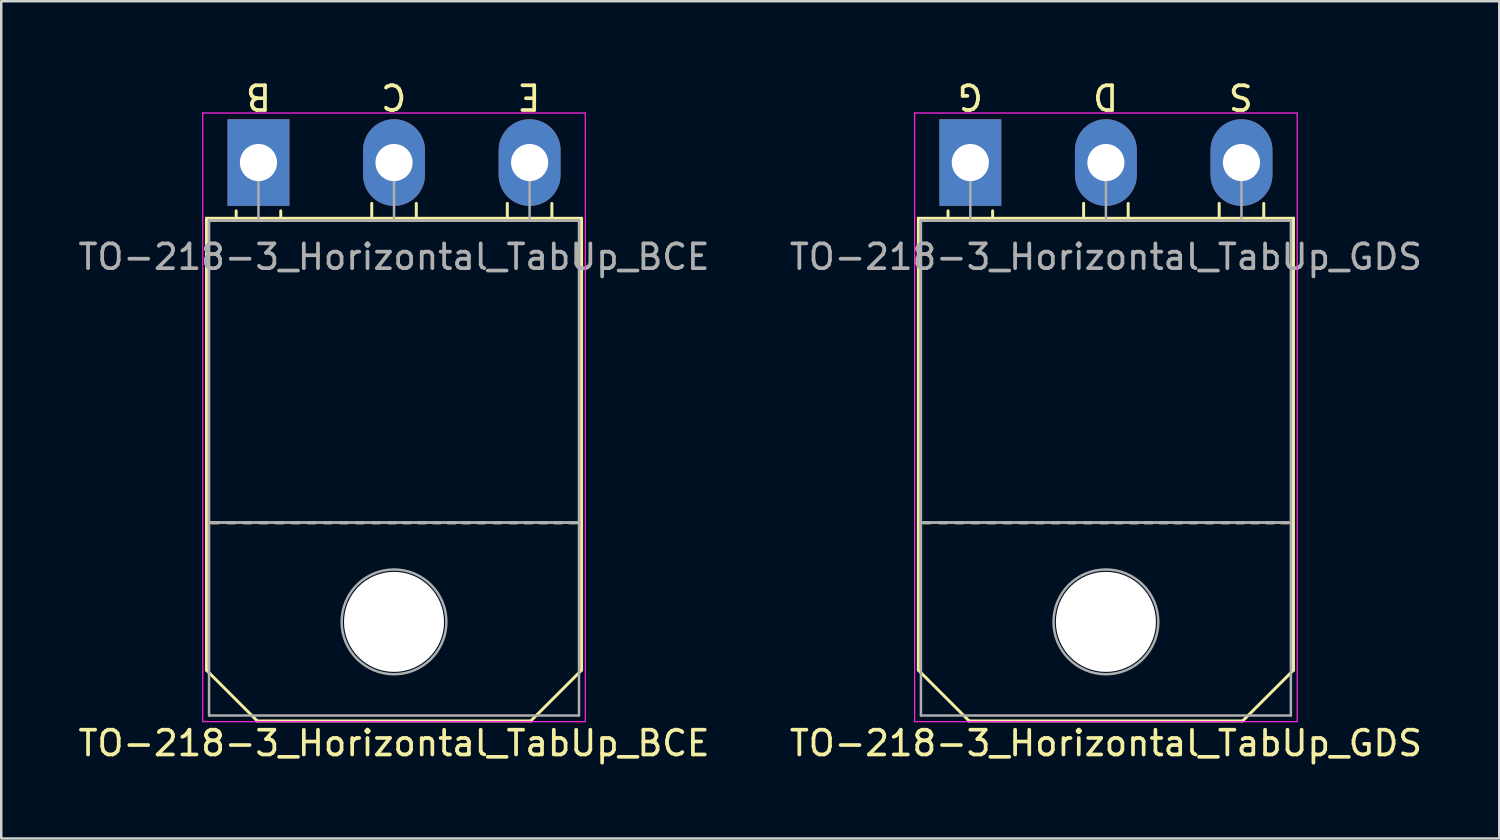
<source format=kicad_pcb>
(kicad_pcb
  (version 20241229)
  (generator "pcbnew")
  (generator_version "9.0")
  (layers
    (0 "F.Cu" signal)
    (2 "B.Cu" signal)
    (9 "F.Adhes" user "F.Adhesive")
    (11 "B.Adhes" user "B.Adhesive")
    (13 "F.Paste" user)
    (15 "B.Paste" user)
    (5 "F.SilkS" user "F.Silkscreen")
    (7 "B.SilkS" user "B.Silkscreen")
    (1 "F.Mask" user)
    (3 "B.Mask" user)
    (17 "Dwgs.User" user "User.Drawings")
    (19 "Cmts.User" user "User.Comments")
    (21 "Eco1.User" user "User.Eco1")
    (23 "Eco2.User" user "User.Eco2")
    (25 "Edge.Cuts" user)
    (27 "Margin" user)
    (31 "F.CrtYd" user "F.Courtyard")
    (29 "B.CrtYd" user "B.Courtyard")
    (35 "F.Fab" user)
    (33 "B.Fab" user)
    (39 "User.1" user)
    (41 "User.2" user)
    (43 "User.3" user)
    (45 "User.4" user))
  (footprint "TO-218-3_Horizontal_TabUp_BCE"
    (layer "F.Cu")
    (at 7.388 3.515)
    (property "Reference" "TO-218-3_Horizontal_TabUp_BCE" (at 5.475 23.45 0) (layer "F.SilkS") (effects (font (size 1 1) (thickness 0.15))))
    (fp_line (start -2.1 2.25) (end 13.05 2.25) (stroke (width 0.12) (type solid)) (layer "F.SilkS"))
    (fp_line (start -2.1 20.5) (end -2.1 2.25) (stroke (width 0.12) (type solid)) (layer "F.SilkS"))
    (fp_line (start -2.1 20.5) (end -0.05 22.55) (stroke (width 0.12) (type solid)) (layer "F.SilkS"))
    (fp_line (start -1.6 14.55) (end -1.9 14.55) (stroke (width 0.12) (type solid)) (layer "F.SilkS"))
    (fp_line (start -0.95 14.55) (end -1.25 14.55) (stroke (width 0.12) (type solid)) (layer "F.SilkS"))
    (fp_line (start -0.9 2.2) (end -0.9 1.95) (stroke (width 0.12) (type solid)) (layer "F.SilkS"))
    (fp_line (start -0.3 14.55) (end -0.6 14.55) (stroke (width 0.12) (type solid)) (layer "F.SilkS"))
    (fp_line (start 0.35 14.55) (end 0.05 14.55) (stroke (width 0.12) (type solid)) (layer "F.SilkS"))
    (fp_line (start 0.9 2.2) (end 0.9 1.95) (stroke (width 0.12) (type solid)) (layer "F.SilkS"))
    (fp_line (start 1 14.55) (end 0.7 14.55) (stroke (width 0.12) (type solid)) (layer "F.SilkS"))
    (fp_line (start 1.65 14.55) (end 1.35 14.55) (stroke (width 0.12) (type solid)) (layer "F.SilkS"))
    (fp_line (start 2.3 14.55) (end 2 14.55) (stroke (width 0.12) (type solid)) (layer "F.SilkS"))
    (fp_line (start 2.95 14.55) (end 2.65 14.55) (stroke (width 0.12) (type solid)) (layer "F.SilkS"))
    (fp_line (start 3.6 14.55) (end 3.3 14.55) (stroke (width 0.12) (type solid)) (layer "F.SilkS"))
    (fp_line (start 4.25 14.55) (end 3.95 14.55) (stroke (width 0.12) (type solid)) (layer "F.SilkS"))
    (fp_line (start 4.575 2.2) (end 4.575 1.65) (stroke (width 0.12) (type solid)) (layer "F.SilkS"))
    (fp_line (start 4.9 14.55) (end 4.6 14.55) (stroke (width 0.12) (type solid)) (layer "F.SilkS"))
    (fp_line (start 5.55 14.55) (end 5.25 14.55) (stroke (width 0.12) (type solid)) (layer "F.SilkS"))
    (fp_line (start 6.15 14.55) (end 5.85 14.55) (stroke (width 0.12) (type solid)) (layer "F.SilkS"))
    (fp_line (start 6.375 2.2) (end 6.375 1.65) (stroke (width 0.12) (type solid)) (layer "F.SilkS"))
    (fp_line (start 6.75 14.55) (end 6.45 14.55) (stroke (width 0.12) (type solid)) (layer "F.SilkS"))
    (fp_line (start 7.35 14.55) (end 7.05 14.55) (stroke (width 0.12) (type solid)) (layer "F.SilkS"))
    (fp_line (start 7.95 14.55) (end 7.65 14.55) (stroke (width 0.12) (type solid)) (layer "F.SilkS"))
    (fp_line (start 8.55 14.55) (end 8.25 14.55) (stroke (width 0.12) (type solid)) (layer "F.SilkS"))
    (fp_line (start 9.15 14.55) (end 8.85 14.55) (stroke (width 0.12) (type solid)) (layer "F.SilkS"))
    (fp_line (start 9.8 14.55) (end 9.5 14.55) (stroke (width 0.12) (type solid)) (layer "F.SilkS"))
    (fp_line (start 10.05 2.2) (end 10.05 1.65) (stroke (width 0.12) (type solid)) (layer "F.SilkS"))
    (fp_line (start 10.45 14.55) (end 10.15 14.55) (stroke (width 0.12) (type solid)) (layer "F.SilkS"))
    (fp_line (start 11 22.55) (end -0.05 22.55) (stroke (width 0.12) (type solid)) (layer "F.SilkS"))
    (fp_line (start 11.05 14.55) (end 10.75 14.55) (stroke (width 0.12) (type solid)) (layer "F.SilkS"))
    (fp_line (start 11.65 14.55) (end 11.35 14.55) (stroke (width 0.12) (type solid)) (layer "F.SilkS"))
    (fp_line (start 11.85 2.2) (end 11.85 1.65) (stroke (width 0.12) (type solid)) (layer "F.SilkS"))
    (fp_line (start 12.25 14.55) (end 11.95 14.55) (stroke (width 0.12) (type solid)) (layer "F.SilkS"))
    (fp_line (start 12.85 14.55) (end 12.55 14.55) (stroke (width 0.12) (type solid)) (layer "F.SilkS"))
    (fp_line (start 13.05 2.25) (end 13.05 20.5) (stroke (width 0.12) (type solid)) (layer "F.SilkS"))
    (fp_line (start 13.05 20.5) (end 11 22.55) (stroke (width 0.12) (type solid)) (layer "F.SilkS"))
    (fp_line (start -2.25 -2) (end -2.25 22.58) (stroke (width 0.05) (type solid)) (layer "F.CrtYd"))
    (fp_line (start -2.25 22.58) (end 13.2 22.58) (stroke (width 0.05) (type solid)) (layer "F.CrtYd"))
    (fp_line (start 13.2 -2) (end -2.25 -2) (stroke (width 0.05) (type solid)) (layer "F.CrtYd"))
    (fp_line (start 13.2 22.58) (end 13.2 -2) (stroke (width 0.05) (type solid)) (layer "F.CrtYd"))
    (fp_line (start -1.995 2.35) (end -1.995 14.54) (stroke (width 0.1) (type solid)) (layer "F.Fab"))
    (fp_line (start -1.995 14.54) (end -1.995 22.33) (stroke (width 0.1) (type solid)) (layer "F.Fab"))
    (fp_line (start -1.995 14.54) (end 12.945 14.54) (stroke (width 0.1) (type solid)) (layer "F.Fab"))
    (fp_line (start -1.995 22.33) (end 12.945 22.33) (stroke (width 0.1) (type solid)) (layer "F.Fab"))
    (fp_line (start 0 2.35) (end 0 0) (stroke (width 0.1) (type solid)) (layer "F.Fab"))
    (fp_line (start 5.475 2.35) (end 5.475 0) (stroke (width 0.1) (type solid)) (layer "F.Fab"))
    (fp_line (start 10.95 2.35) (end 10.95 0) (stroke (width 0.1) (type solid)) (layer "F.Fab"))
    (fp_line (start 12.945 2.35) (end -1.995 2.35) (stroke (width 0.1) (type solid)) (layer "F.Fab"))
    (fp_line (start 12.945 14.54) (end -1.995 14.54) (stroke (width 0.1) (type solid)) (layer "F.Fab"))
    (fp_line (start 12.945 14.54) (end 12.945 2.35) (stroke (width 0.1) (type solid)) (layer "F.Fab"))
    (fp_line (start 12.945 22.33) (end 12.945 14.54) (stroke (width 0.1) (type solid)) (layer "F.Fab"))
    (fp_circle (center 5.475 18.55) (end 7.59 18.55) (stroke (width 0.1) (type solid)) (fill no) (layer "F.Fab"))
    (fp_text user "C" (at 5.461 -2.667 180) (unlocked yes) (layer "F.SilkS") (effects (font (size 1 1) (thickness 0.15))))
    (fp_text user "B" (at 0 -2.667 180) (unlocked yes) (layer "F.SilkS") (effects (font (size 1 1) (thickness 0.15))))
    (fp_text user "E" (at 10.922 -2.667 180) (unlocked yes) (layer "F.SilkS") (effects (font (size 1 1) (thickness 0.15))))
    (fp_text user "${REFERENCE}" (at 5.475 3.81 0) (layer "F.Fab") (effects (font (size 1 1) (thickness 0.15))))
    (pad "" np_thru_hole oval (at 5.475 18.55) (size 4.04 4.04) (drill 4.04) (layers "*.Cu" "*.Mask"))
    (pad "1" thru_hole rect (at 0 0) (size 2.5 3.5) (drill 1.5) (layers "*.Cu" "*.Mask"))
    (pad "2" thru_hole oval (at 5.475 0) (size 2.5 3.5) (drill 1.5) (layers "*.Cu" "*.Mask"))
    (pad "3" thru_hole oval (at 10.95 0) (size 2.5 3.5) (drill 1.5) (layers "*.Cu" "*.Mask")))
  (footprint "TO-218-3_Horizontal_TabUp_GDS"
    (layer "F.Cu")
    (at 36.138 3.515)
    (property "Reference" "TO-218-3_Horizontal_TabUp_GDS" (at 5.475 23.45 0) (layer "F.SilkS") (effects (font (size 1 1) (thickness 0.15))))
    (fp_line (start -2.1 2.25) (end 13.05 2.25) (stroke (width 0.12) (type solid)) (layer "F.SilkS"))
    (fp_line (start -2.1 20.5) (end -2.1 2.25) (stroke (width 0.12) (type solid)) (layer "F.SilkS"))
    (fp_line (start -2.1 20.5) (end -0.05 22.55) (stroke (width 0.12) (type solid)) (layer "F.SilkS"))
    (fp_line (start -1.6 14.55) (end -1.9 14.55) (stroke (width 0.12) (type solid)) (layer "F.SilkS"))
    (fp_line (start -0.95 14.55) (end -1.25 14.55) (stroke (width 0.12) (type solid)) (layer "F.SilkS"))
    (fp_line (start -0.9 2.2) (end -0.9 1.95) (stroke (width 0.12) (type solid)) (layer "F.SilkS"))
    (fp_line (start -0.3 14.55) (end -0.6 14.55) (stroke (width 0.12) (type solid)) (layer "F.SilkS"))
    (fp_line (start 0.35 14.55) (end 0.05 14.55) (stroke (width 0.12) (type solid)) (layer "F.SilkS"))
    (fp_line (start 0.9 2.2) (end 0.9 1.95) (stroke (width 0.12) (type solid)) (layer "F.SilkS"))
    (fp_line (start 1 14.55) (end 0.7 14.55) (stroke (width 0.12) (type solid)) (layer "F.SilkS"))
    (fp_line (start 1.65 14.55) (end 1.35 14.55) (stroke (width 0.12) (type solid)) (layer "F.SilkS"))
    (fp_line (start 2.3 14.55) (end 2 14.55) (stroke (width 0.12) (type solid)) (layer "F.SilkS"))
    (fp_line (start 2.95 14.55) (end 2.65 14.55) (stroke (width 0.12) (type solid)) (layer "F.SilkS"))
    (fp_line (start 3.6 14.55) (end 3.3 14.55) (stroke (width 0.12) (type solid)) (layer "F.SilkS"))
    (fp_line (start 4.25 14.55) (end 3.95 14.55) (stroke (width 0.12) (type solid)) (layer "F.SilkS"))
    (fp_line (start 4.575 2.2) (end 4.575 1.65) (stroke (width 0.12) (type solid)) (layer "F.SilkS"))
    (fp_line (start 4.9 14.55) (end 4.6 14.55) (stroke (width 0.12) (type solid)) (layer "F.SilkS"))
    (fp_line (start 5.55 14.55) (end 5.25 14.55) (stroke (width 0.12) (type solid)) (layer "F.SilkS"))
    (fp_line (start 6.15 14.55) (end 5.85 14.55) (stroke (width 0.12) (type solid)) (layer "F.SilkS"))
    (fp_line (start 6.375 2.2) (end 6.375 1.65) (stroke (width 0.12) (type solid)) (layer "F.SilkS"))
    (fp_line (start 6.75 14.55) (end 6.45 14.55) (stroke (width 0.12) (type solid)) (layer "F.SilkS"))
    (fp_line (start 7.35 14.55) (end 7.05 14.55) (stroke (width 0.12) (type solid)) (layer "F.SilkS"))
    (fp_line (start 7.95 14.55) (end 7.65 14.55) (stroke (width 0.12) (type solid)) (layer "F.SilkS"))
    (fp_line (start 8.55 14.55) (end 8.25 14.55) (stroke (width 0.12) (type solid)) (layer "F.SilkS"))
    (fp_line (start 9.15 14.55) (end 8.85 14.55) (stroke (width 0.12) (type solid)) (layer "F.SilkS"))
    (fp_line (start 9.8 14.55) (end 9.5 14.55) (stroke (width 0.12) (type solid)) (layer "F.SilkS"))
    (fp_line (start 10.05 2.2) (end 10.05 1.65) (stroke (width 0.12) (type solid)) (layer "F.SilkS"))
    (fp_line (start 10.45 14.55) (end 10.15 14.55) (stroke (width 0.12) (type solid)) (layer "F.SilkS"))
    (fp_line (start 11 22.55) (end -0.05 22.55) (stroke (width 0.12) (type solid)) (layer "F.SilkS"))
    (fp_line (start 11.05 14.55) (end 10.75 14.55) (stroke (width 0.12) (type solid)) (layer "F.SilkS"))
    (fp_line (start 11.65 14.55) (end 11.35 14.55) (stroke (width 0.12) (type solid)) (layer "F.SilkS"))
    (fp_line (start 11.85 2.2) (end 11.85 1.65) (stroke (width 0.12) (type solid)) (layer "F.SilkS"))
    (fp_line (start 12.25 14.55) (end 11.95 14.55) (stroke (width 0.12) (type solid)) (layer "F.SilkS"))
    (fp_line (start 12.85 14.55) (end 12.55 14.55) (stroke (width 0.12) (type solid)) (layer "F.SilkS"))
    (fp_line (start 13.05 2.25) (end 13.05 20.5) (stroke (width 0.12) (type solid)) (layer "F.SilkS"))
    (fp_line (start 13.05 20.5) (end 11 22.55) (stroke (width 0.12) (type solid)) (layer "F.SilkS"))
    (fp_line (start -2.25 -2) (end -2.25 22.58) (stroke (width 0.05) (type solid)) (layer "F.CrtYd"))
    (fp_line (start -2.25 22.58) (end 13.2 22.58) (stroke (width 0.05) (type solid)) (layer "F.CrtYd"))
    (fp_line (start 13.2 -2) (end -2.25 -2) (stroke (width 0.05) (type solid)) (layer "F.CrtYd"))
    (fp_line (start 13.2 22.58) (end 13.2 -2) (stroke (width 0.05) (type solid)) (layer "F.CrtYd"))
    (fp_line (start -1.995 2.35) (end -1.995 14.54) (stroke (width 0.1) (type solid)) (layer "F.Fab"))
    (fp_line (start -1.995 14.54) (end -1.995 22.33) (stroke (width 0.1) (type solid)) (layer "F.Fab"))
    (fp_line (start -1.995 14.54) (end 12.945 14.54) (stroke (width 0.1) (type solid)) (layer "F.Fab"))
    (fp_line (start -1.995 22.33) (end 12.945 22.33) (stroke (width 0.1) (type solid)) (layer "F.Fab"))
    (fp_line (start 0 2.35) (end 0 0) (stroke (width 0.1) (type solid)) (layer "F.Fab"))
    (fp_line (start 5.475 2.35) (end 5.475 0) (stroke (width 0.1) (type solid)) (layer "F.Fab"))
    (fp_line (start 10.95 2.35) (end 10.95 0) (stroke (width 0.1) (type solid)) (layer "F.Fab"))
    (fp_line (start 12.945 2.35) (end -1.995 2.35) (stroke (width 0.1) (type solid)) (layer "F.Fab"))
    (fp_line (start 12.945 14.54) (end -1.995 14.54) (stroke (width 0.1) (type solid)) (layer "F.Fab"))
    (fp_line (start 12.945 14.54) (end 12.945 2.35) (stroke (width 0.1) (type solid)) (layer "F.Fab"))
    (fp_line (start 12.945 22.33) (end 12.945 14.54) (stroke (width 0.1) (type solid)) (layer "F.Fab"))
    (fp_circle (center 5.475 18.55) (end 7.59 18.55) (stroke (width 0.1) (type solid)) (fill no) (layer "F.Fab"))
    (fp_text user "G" (at 0 -2.667 180) (unlocked yes) (layer "F.SilkS") (effects (font (size 1 1) (thickness 0.15))))
    (fp_text user "D" (at 5.461 -2.667 180) (unlocked yes) (layer "F.SilkS") (effects (font (size 1 1) (thickness 0.15))))
    (fp_text user "S" (at 10.922 -2.667 180) (unlocked yes) (layer "F.SilkS") (effects (font (size 1 1) (thickness 0.15))))
    (fp_text user "${REFERENCE}" (at 5.475 3.81 0) (layer "F.Fab") (effects (font (size 1 1) (thickness 0.15))))
    (pad "" np_thru_hole oval (at 5.475 18.55) (size 4.04 4.04) (drill 4.04) (layers "*.Cu" "*.Mask"))
    (pad "1" thru_hole rect (at 0 0) (size 2.5 3.5) (drill 1.5) (layers "*.Cu" "*.Mask"))
    (pad "2" thru_hole oval (at 5.475 0) (size 2.5 3.5) (drill 1.5) (layers "*.Cu" "*.Mask"))
    (pad "3" thru_hole oval (at 10.95 0) (size 2.5 3.5) (drill 1.5) (layers "*.Cu" "*.Mask")))
  (gr_rect
    (start -3 -3)
    (end 57.5 30.814)
    (stroke (width 0.1) (type default))
    (fill no)
    (layer "Edge.Cuts")))
</source>
